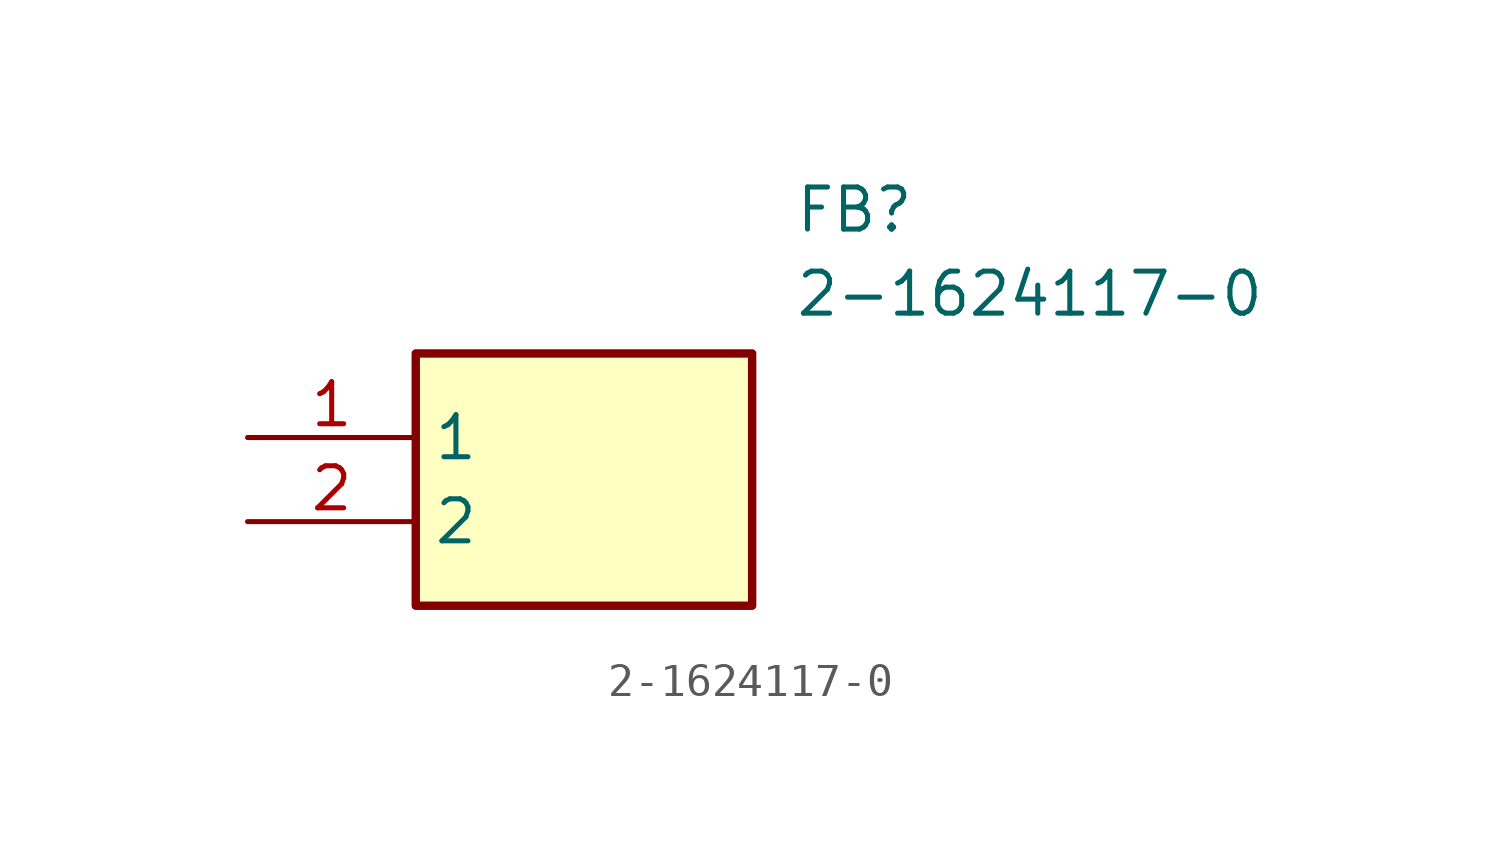
<source format=kicad_sym>
(kicad_symbol_lib
  (version 20211014)
  (generator SamacSys_ECAD_Model)
  (symbol "2-1624117-0"
    (property "Reference" "FB"
      (at 16.51 7.62 0)
      (effects (font (size 1.27 1.27)) (justify left top)))
    (property "Value" "2-1624117-0"
      (at 16.51 5.08 0)
      (effects (font (size 1.27 1.27)) (justify left top)))
    (rectangle
      (start 5.08 2.54)
      (end 15.24 -5.08)
      (stroke (width 0.254) (type default))
      (fill (type background)))
    (pin passive line
      (at 0 0 0)
      (length 5.08)
      (name "1" (effects (font (size 1.27 1.27))))
      (number "1" (effects (font (size 1.27 1.27)))))
    (pin passive line
      (at 0 -2.54 0)
      (length 5.08)
      (name "2" (effects (font (size 1.27 1.27))))
      (number "2" (effects (font (size 1.27 1.27)))))))
</source>
